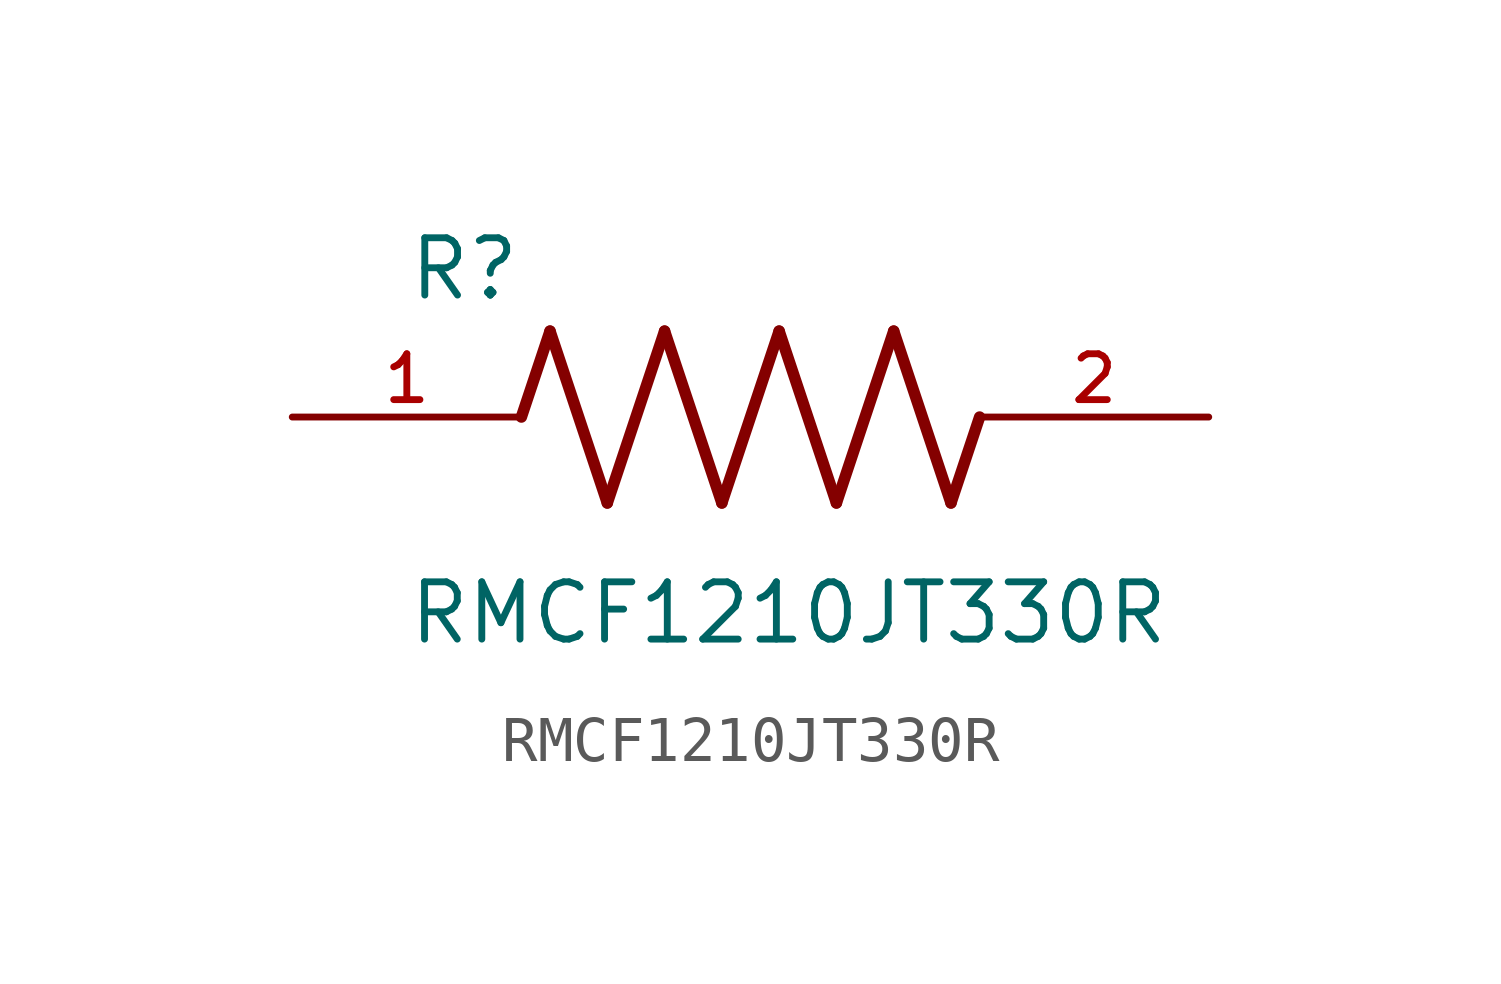
<source format=kicad_sym>
(kicad_symbol_lib
  (version 20211014)
  (generator kicad_symbol_editor)
  (symbol "RMCF1210JT330R"
    (pin_names
      (offset 1.016))
    (property "Reference" "R"
      (at -7.624 2.541 0)
      (effects (font (size 1.27 1.27)) (justify bottom left)))
    (property "Value" "RMCF1210JT330R"
      (at -7.63 -5.087 0)
      (effects (font (size 1.27 1.27)) (justify bottom left)))
    (symbol "RMCF1210JT330R_0_0"
      (polyline (pts (xy -5.08 0.0) (xy -4.445 1.905)) (stroke (width 0.254)))
      (polyline (pts (xy -4.445 1.905) (xy -3.175 -1.905)) (stroke (width 0.254)))
      (polyline (pts (xy -3.175 -1.905) (xy -1.905 1.905)) (stroke (width 0.254)))
      (polyline (pts (xy -1.905 1.905) (xy -0.635 -1.905)) (stroke (width 0.254)))
      (polyline (pts (xy -0.635 -1.905) (xy 0.635 1.905)) (stroke (width 0.254)))
      (polyline (pts (xy 0.635 1.905) (xy 1.905 -1.905)) (stroke (width 0.254)))
      (polyline (pts (xy 1.905 -1.905) (xy 3.175 1.905)) (stroke (width 0.254)))
      (polyline (pts (xy 3.175 1.905) (xy 4.445 -1.905)) (stroke (width 0.254)))
      (polyline (pts (xy 4.445 -1.905) (xy 5.08 0.0)) (stroke (width 0.254)))
      (pin passive line (at -10.16 0.0 0) (length 5.08) (name "~" (effects (font (size 1.016 1.016)))) (number "1" (effects (font (size 1.016 1.016)))))
      (pin passive line (at 10.16 0.0 180.0) (length 5.08) (name "~" (effects (font (size 1.016 1.016)))) (number "2" (effects (font (size 1.016 1.016))))))))
</source>
